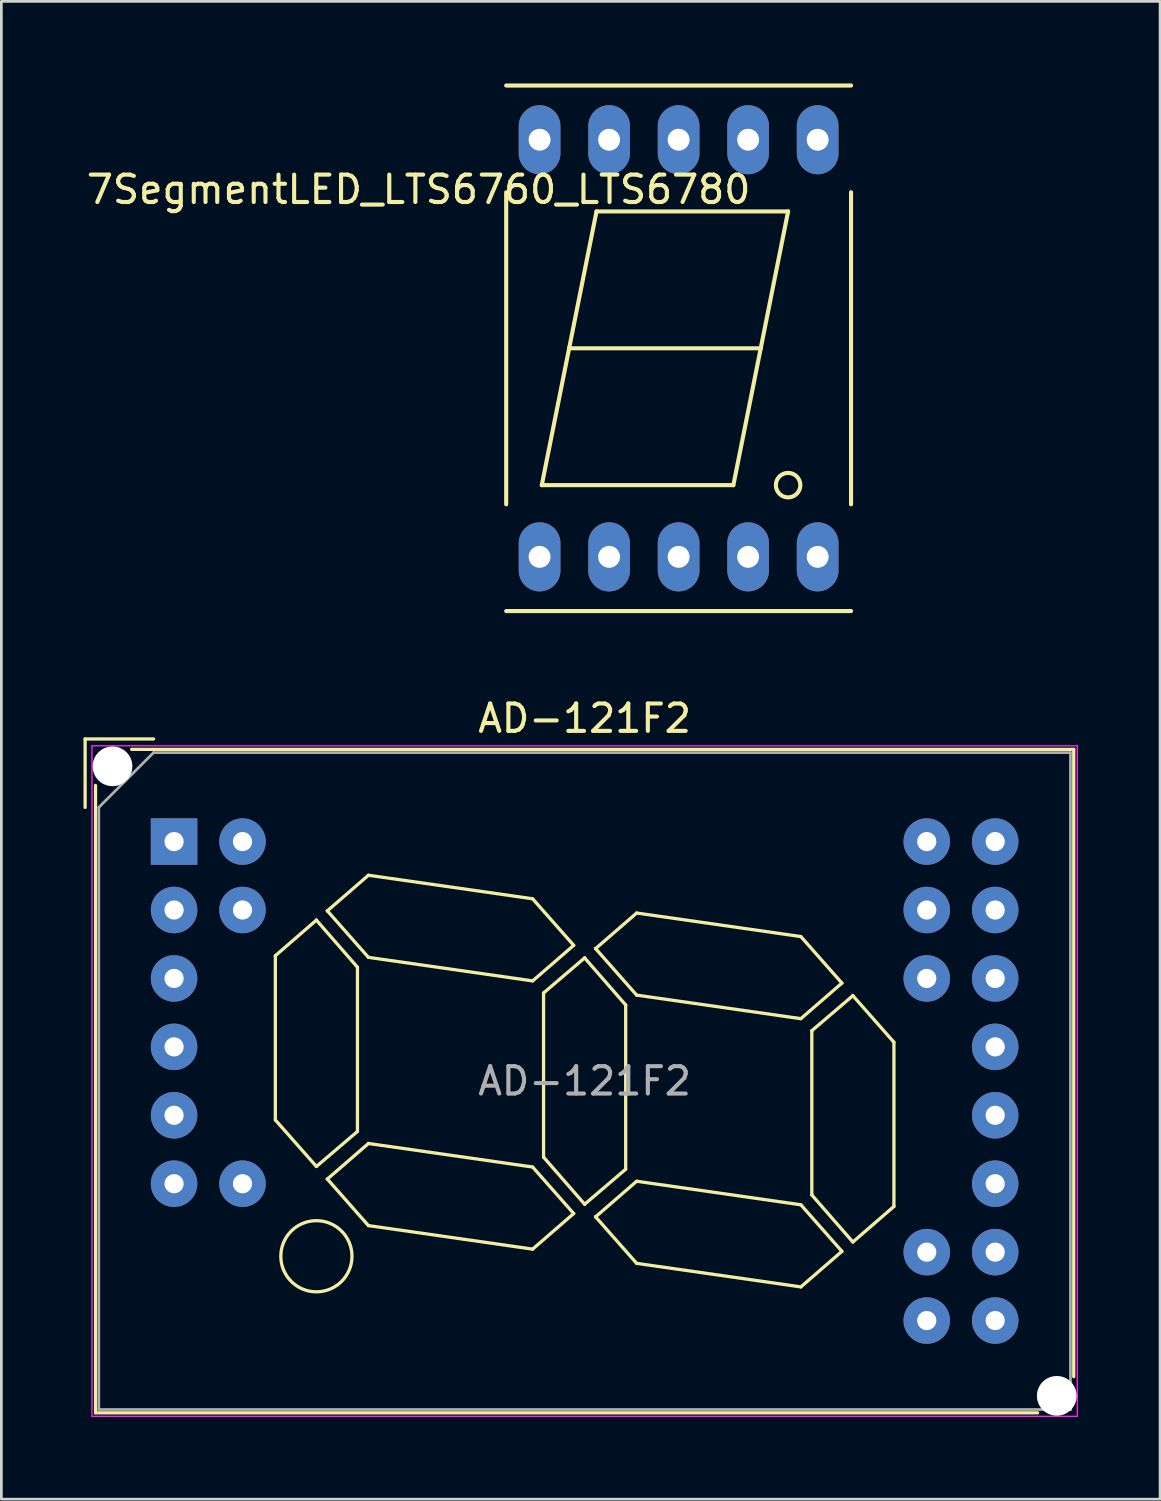
<source format=kicad_pcb>
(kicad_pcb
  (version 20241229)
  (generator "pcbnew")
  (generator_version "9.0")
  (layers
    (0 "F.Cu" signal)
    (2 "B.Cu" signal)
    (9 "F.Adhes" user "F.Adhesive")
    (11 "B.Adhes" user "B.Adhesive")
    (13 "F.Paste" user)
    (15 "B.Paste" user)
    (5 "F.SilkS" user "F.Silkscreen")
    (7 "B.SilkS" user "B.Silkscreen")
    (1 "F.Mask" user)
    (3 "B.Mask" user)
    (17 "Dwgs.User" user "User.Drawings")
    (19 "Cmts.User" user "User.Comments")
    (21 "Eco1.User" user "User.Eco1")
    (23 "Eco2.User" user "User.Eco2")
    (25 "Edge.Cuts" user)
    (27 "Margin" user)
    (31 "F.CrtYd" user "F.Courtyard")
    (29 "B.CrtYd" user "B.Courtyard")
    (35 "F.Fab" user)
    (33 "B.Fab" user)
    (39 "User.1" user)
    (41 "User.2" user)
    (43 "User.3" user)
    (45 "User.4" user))
  (footprint "7SegmentLED_LTS6760_LTS6780"
    (layer "F.Cu")
    (at 21.744 9.675)
    (property "Reference" "7SegmentLED_LTS6760_LTS6780" (at -9.5 -5.8 0) (layer "F.SilkS") (effects (font (size 1 1) (thickness 0.15))))
    (attr through_hole)
    (fp_line (start -6.3 -9.6) (end 6.3 -9.6) (stroke (width 0.15) (type solid)) (layer "F.SilkS"))
    (fp_line (start -6.3 -5.7) (end -6.3 5.7) (stroke (width 0.15) (type solid)) (layer "F.SilkS"))
    (fp_line (start -5 5) (end 2 5) (stroke (width 0.15) (type solid)) (layer "F.SilkS"))
    (fp_line (start -4 0) (end -5 5) (stroke (width 0.15) (type solid)) (layer "F.SilkS"))
    (fp_line (start -3 -5) (end -4 0) (stroke (width 0.15) (type solid)) (layer "F.SilkS"))
    (fp_line (start -3 -5) (end 4 -5) (stroke (width 0.15) (type solid)) (layer "F.SilkS"))
    (fp_line (start 2 5) (end 3 0) (stroke (width 0.15) (type solid)) (layer "F.SilkS"))
    (fp_line (start 3 0) (end -4 0) (stroke (width 0.15) (type solid)) (layer "F.SilkS"))
    (fp_line (start 4 -5) (end 3 0) (stroke (width 0.15) (type solid)) (layer "F.SilkS"))
    (fp_line (start 6.3 -5.7) (end 6.3 5.7) (stroke (width 0.15) (type solid)) (layer "F.SilkS"))
    (fp_line (start 6.3 9.6) (end -6.3 9.6) (stroke (width 0.15) (type solid)) (layer "F.SilkS"))
    (fp_circle (center 4 5) (end 4.4 5.2) (stroke (width 0.15) (type solid)) (fill no) (layer "F.SilkS"))
    (pad "1" thru_hole oval (at -5.08 7.62) (size 1.524 2.524) (drill 0.8) (layers "*.Cu" "*.Mask"))
    (pad "2" thru_hole oval (at -2.54 7.62) (size 1.524 2.524) (drill 0.8) (layers "*.Cu" "*.Mask"))
    (pad "3" thru_hole oval (at 0 7.62) (size 1.524 2.524) (drill 0.8) (layers "*.Cu" "*.Mask"))
    (pad "4" thru_hole oval (at 2.54 7.62) (size 1.524 2.524) (drill 0.8) (layers "*.Cu" "*.Mask"))
    (pad "5" thru_hole oval (at 5.08 7.62) (size 1.524 2.524) (drill 0.8) (layers "*.Cu" "*.Mask"))
    (pad "6" thru_hole oval (at 5.08 -7.62) (size 1.524 2.524) (drill 0.8) (layers "*.Cu" "*.Mask"))
    (pad "7" thru_hole oval (at 2.54 -7.62) (size 1.524 2.524) (drill 0.8) (layers "*.Cu" "*.Mask"))
    (pad "8" thru_hole oval (at 0 -7.62) (size 1.524 2.524) (drill 0.8) (layers "*.Cu" "*.Mask"))
    (pad "9" thru_hole oval (at -2.54 -7.62) (size 1.524 2.524) (drill 0.8) (layers "*.Cu" "*.Mask"))
    (pad "10" thru_hole oval (at -5.08 -7.62) (size 1.524 2.524) (drill 0.8) (layers "*.Cu" "*.Mask")))
  (footprint "AD-121F2"
    (layer "F.Cu")
    (at 3.31 27.698)
    (property "Reference" "AD-121F2" (at 15 -4.5 0) (layer "F.SilkS") (effects (font (size 1 1) (thickness 0.15))))
    (attr through_hole)
    (fp_line (start -3.25 -3.75) (end -0.75 -3.75) (stroke (width 0.12) (type solid)) (layer "F.SilkS"))
    (fp_line (start -3.25 -1.25) (end -3.25 -3.75) (stroke (width 0.12) (type solid)) (layer "F.SilkS"))
    (fp_line (start -2.87 20.87) (end -2.87 -2.05) (stroke (width 0.12) (type solid)) (layer "F.SilkS"))
    (fp_line (start -1.55 -3.37) (end 32.87 -3.37) (stroke (width 0.12) (type solid)) (layer "F.SilkS"))
    (fp_line (start 3.7 4.17) (end 5.2 2.87) (stroke (width 0.12) (type solid)) (layer "F.SilkS"))
    (fp_line (start 3.7 10.17) (end 3.7 4.17) (stroke (width 0.12) (type solid)) (layer "F.SilkS"))
    (fp_line (start 5.2 2.87) (end 5.2 2.87) (stroke (width 0.12) (type solid)) (layer "F.SilkS"))
    (fp_line (start 5.2 2.87) (end 6.7 4.59) (stroke (width 0.12) (type solid)) (layer "F.SilkS"))
    (fp_line (start 5.2 11.87) (end 3.7 10.17) (stroke (width 0.12) (type solid)) (layer "F.SilkS"))
    (fp_line (start 5.6 2.53) (end 5.6 2.53) (stroke (width 0.12) (type solid)) (layer "F.SilkS"))
    (fp_line (start 5.6 2.53) (end 7.1 4.23) (stroke (width 0.12) (type solid)) (layer "F.SilkS"))
    (fp_line (start 5.6 12.33) (end 5.6 12.33) (stroke (width 0.12) (type solid)) (layer "F.SilkS"))
    (fp_line (start 5.6 12.33) (end 7.1 14.03) (stroke (width 0.12) (type solid)) (layer "F.SilkS"))
    (fp_line (start 6.7 4.59) (end 6.7 10.59) (stroke (width 0.12) (type solid)) (layer "F.SilkS"))
    (fp_line (start 6.7 10.59) (end 5.2 11.87) (stroke (width 0.12) (type solid)) (layer "F.SilkS"))
    (fp_line (start 7.1 1.23) (end 5.6 2.53) (stroke (width 0.12) (type solid)) (layer "F.SilkS"))
    (fp_line (start 7.1 4.23) (end 13.1 5.09) (stroke (width 0.12) (type solid)) (layer "F.SilkS"))
    (fp_line (start 7.1 11.03) (end 5.6 12.33) (stroke (width 0.12) (type solid)) (layer "F.SilkS"))
    (fp_line (start 7.1 14.03) (end 13.1 14.89) (stroke (width 0.12) (type solid)) (layer "F.SilkS"))
    (fp_line (start 13.1 2.09) (end 7.1 1.23) (stroke (width 0.12) (type solid)) (layer "F.SilkS"))
    (fp_line (start 13.1 5.09) (end 14.6 3.79) (stroke (width 0.12) (type solid)) (layer "F.SilkS"))
    (fp_line (start 13.1 11.89) (end 7.1 11.03) (stroke (width 0.12) (type solid)) (layer "F.SilkS"))
    (fp_line (start 13.1 14.89) (end 14.6 13.59) (stroke (width 0.12) (type solid)) (layer "F.SilkS"))
    (fp_line (start 13.5 5.53) (end 15 4.25) (stroke (width 0.12) (type solid)) (layer "F.SilkS"))
    (fp_line (start 13.5 11.53) (end 13.5 5.53) (stroke (width 0.12) (type solid)) (layer "F.SilkS"))
    (fp_line (start 14.6 3.79) (end 13.1 2.09) (stroke (width 0.12) (type solid)) (layer "F.SilkS"))
    (fp_line (start 14.6 13.59) (end 13.1 11.89) (stroke (width 0.12) (type solid)) (layer "F.SilkS"))
    (fp_line (start 15 4.25) (end 15 4.25) (stroke (width 0.12) (type solid)) (layer "F.SilkS"))
    (fp_line (start 15 4.25) (end 16.5 5.97) (stroke (width 0.12) (type solid)) (layer "F.SilkS"))
    (fp_line (start 15 13.25) (end 13.5 11.53) (stroke (width 0.12) (type solid)) (layer "F.SilkS"))
    (fp_line (start 15.4 3.91) (end 15.4 3.91) (stroke (width 0.12) (type solid)) (layer "F.SilkS"))
    (fp_line (start 15.4 3.91) (end 16.9 5.61) (stroke (width 0.12) (type solid)) (layer "F.SilkS"))
    (fp_line (start 15.4 13.71) (end 15.4 13.71) (stroke (width 0.12) (type solid)) (layer "F.SilkS"))
    (fp_line (start 15.4 13.71) (end 16.9 15.41) (stroke (width 0.12) (type solid)) (layer "F.SilkS"))
    (fp_line (start 16.5 5.97) (end 16.5 11.97) (stroke (width 0.12) (type solid)) (layer "F.SilkS"))
    (fp_line (start 16.5 11.97) (end 15 13.25) (stroke (width 0.12) (type solid)) (layer "F.SilkS"))
    (fp_line (start 16.9 2.61) (end 15.4 3.91) (stroke (width 0.12) (type solid)) (layer "F.SilkS"))
    (fp_line (start 16.9 5.61) (end 22.9 6.47) (stroke (width 0.12) (type solid)) (layer "F.SilkS"))
    (fp_line (start 16.9 12.41) (end 15.4 13.71) (stroke (width 0.12) (type solid)) (layer "F.SilkS"))
    (fp_line (start 16.9 15.41) (end 22.9 16.27) (stroke (width 0.12) (type solid)) (layer "F.SilkS"))
    (fp_line (start 22.9 3.47) (end 16.9 2.61) (stroke (width 0.12) (type solid)) (layer "F.SilkS"))
    (fp_line (start 22.9 6.47) (end 24.4 5.17) (stroke (width 0.12) (type solid)) (layer "F.SilkS"))
    (fp_line (start 22.9 13.27) (end 16.9 12.41) (stroke (width 0.12) (type solid)) (layer "F.SilkS"))
    (fp_line (start 22.9 16.27) (end 24.4 14.97) (stroke (width 0.12) (type solid)) (layer "F.SilkS"))
    (fp_line (start 23.3 6.91) (end 24.8 5.63) (stroke (width 0.12) (type solid)) (layer "F.SilkS"))
    (fp_line (start 23.3 12.91) (end 23.3 6.91) (stroke (width 0.12) (type solid)) (layer "F.SilkS"))
    (fp_line (start 24.4 5.17) (end 22.9 3.47) (stroke (width 0.12) (type solid)) (layer "F.SilkS"))
    (fp_line (start 24.4 14.97) (end 22.9 13.27) (stroke (width 0.12) (type solid)) (layer "F.SilkS"))
    (fp_line (start 24.8 5.63) (end 24.8 5.63) (stroke (width 0.12) (type solid)) (layer "F.SilkS"))
    (fp_line (start 24.8 5.63) (end 26.3 7.33) (stroke (width 0.12) (type solid)) (layer "F.SilkS"))
    (fp_line (start 24.8 14.63) (end 23.3 12.91) (stroke (width 0.12) (type solid)) (layer "F.SilkS"))
    (fp_line (start 26.3 7.33) (end 26.3 13.33) (stroke (width 0.12) (type solid)) (layer "F.SilkS"))
    (fp_line (start 26.3 13.33) (end 24.8 14.63) (stroke (width 0.12) (type solid)) (layer "F.SilkS"))
    (fp_line (start 31.55 20.87) (end -2.87 20.87) (stroke (width 0.12) (type solid)) (layer "F.SilkS"))
    (fp_line (start 32.87 -3.37) (end 32.87 19.55) (stroke (width 0.12) (type solid)) (layer "F.SilkS"))
    (fp_circle (center 5.2 15.15) (end 6.5 15.15) (stroke (width 0.12) (type solid)) (fill no) (layer "F.SilkS"))
    (fp_line (start -3 -3.5) (end -3 21) (stroke (width 0.05) (type solid)) (layer "F.CrtYd"))
    (fp_line (start -3 21) (end 33 21) (stroke (width 0.05) (type solid)) (layer "F.CrtYd"))
    (fp_line (start 33 -3.5) (end -3 -3.5) (stroke (width 0.05) (type solid)) (layer "F.CrtYd"))
    (fp_line (start 33 21) (end 33 -3.5) (stroke (width 0.05) (type solid)) (layer "F.CrtYd"))
    (fp_line (start -2.75 -1.25) (end -0.75 -3.25) (stroke (width 0.1) (type solid)) (layer "F.Fab"))
    (fp_line (start -2.75 20.75) (end -2.75 -1.25) (stroke (width 0.1) (type solid)) (layer "F.Fab"))
    (fp_line (start -0.75 -3.25) (end 32.75 -3.25) (stroke (width 0.1) (type solid)) (layer "F.Fab"))
    (fp_line (start 32.75 -3.25) (end 32.75 20.75) (stroke (width 0.1) (type solid)) (layer "F.Fab"))
    (fp_line (start 32.75 20.75) (end -2.75 20.75) (stroke (width 0.1) (type solid)) (layer "F.Fab"))
    (fp_text user "${REFERENCE}" (at 15 8.75 0) (layer "F.Fab") (effects (font (size 1 1) (thickness 0.15))))
    (pad "" np_thru_hole circle (at -2.25 -2.75) (size 1.45 1.45) (drill 1.45) (layers "*.Cu" "*.Mask"))
    (pad "" np_thru_hole circle (at 32.25 20.25) (size 1.45 1.45) (drill 1.45) (layers "*.Cu" "*.Mask"))
    (pad "1" thru_hole rect (at 0 0) (size 1.7 1.7) (drill 0.7) (layers "*.Cu" "*.Mask"))
    (pad "2" thru_hole circle (at 0 2.5) (size 1.7 1.7) (drill 0.7) (layers "*.Cu" "*.Mask"))
    (pad "3" thru_hole circle (at 0 5) (size 1.7 1.7) (drill 0.7) (layers "*.Cu" "*.Mask"))
    (pad "4" thru_hole circle (at 0 7.5) (size 1.7 1.7) (drill 0.7) (layers "*.Cu" "*.Mask"))
    (pad "5" thru_hole circle (at 0 10) (size 1.7 1.7) (drill 0.7) (layers "*.Cu" "*.Mask"))
    (pad "6" thru_hole circle (at 0 12.5) (size 1.7 1.7) (drill 0.7) (layers "*.Cu" "*.Mask"))
    (pad "9" thru_hole circle (at 2.5 0) (size 1.7 1.7) (drill 0.7) (layers "*.Cu" "*.Mask"))
    (pad "10" thru_hole circle (at 2.5 2.5) (size 1.7 1.7) (drill 0.7) (layers "*.Cu" "*.Mask"))
    (pad "11" thru_hole circle (at 2.5 12.5) (size 1.7 1.7) (drill 0.7) (layers "*.Cu" "*.Mask"))
    (pad "13" thru_hole circle (at 27.5 0) (size 1.7 1.7) (drill 0.7) (layers "*.Cu" "*.Mask"))
    (pad "14" thru_hole circle (at 27.5 2.5) (size 1.7 1.7) (drill 0.7) (layers "*.Cu" "*.Mask"))
    (pad "15" thru_hole circle (at 27.5 5) (size 1.7 1.7) (drill 0.7) (layers "*.Cu" "*.Mask"))
    (pad "16" thru_hole circle (at 27.5 15) (size 1.7 1.7) (drill 0.7) (layers "*.Cu" "*.Mask"))
    (pad "17" thru_hole circle (at 27.5 17.5) (size 1.7 1.7) (drill 0.7) (layers "*.Cu" "*.Mask"))
    (pad "18" thru_hole circle (at 30 0) (size 1.7 1.7) (drill 0.7) (layers "*.Cu" "*.Mask"))
    (pad "19" thru_hole circle (at 30 2.5) (size 1.7 1.7) (drill 0.7) (layers "*.Cu" "*.Mask"))
    (pad "20" thru_hole circle (at 30 5) (size 1.7 1.7) (drill 0.7) (layers "*.Cu" "*.Mask"))
    (pad "21" thru_hole circle (at 30 7.5) (size 1.7 1.7) (drill 0.7) (layers "*.Cu" "*.Mask"))
    (pad "22" thru_hole circle (at 30 10) (size 1.7 1.7) (drill 0.7) (layers "*.Cu" "*.Mask"))
    (pad "23" thru_hole circle (at 30 12.5) (size 1.7 1.7) (drill 0.7) (layers "*.Cu" "*.Mask"))
    (pad "24" thru_hole circle (at 30 15) (size 1.7 1.7) (drill 0.7) (layers "*.Cu" "*.Mask"))
    (pad "25" thru_hole circle (at 30 17.5) (size 1.7 1.7) (drill 0.7) (layers "*.Cu" "*.Mask")))
  (gr_rect
    (start -3 -3)
    (end 39.335 51.723)
    (stroke (width 0.1) (type default))
    (fill no)
    (layer "Edge.Cuts")))
</source>
